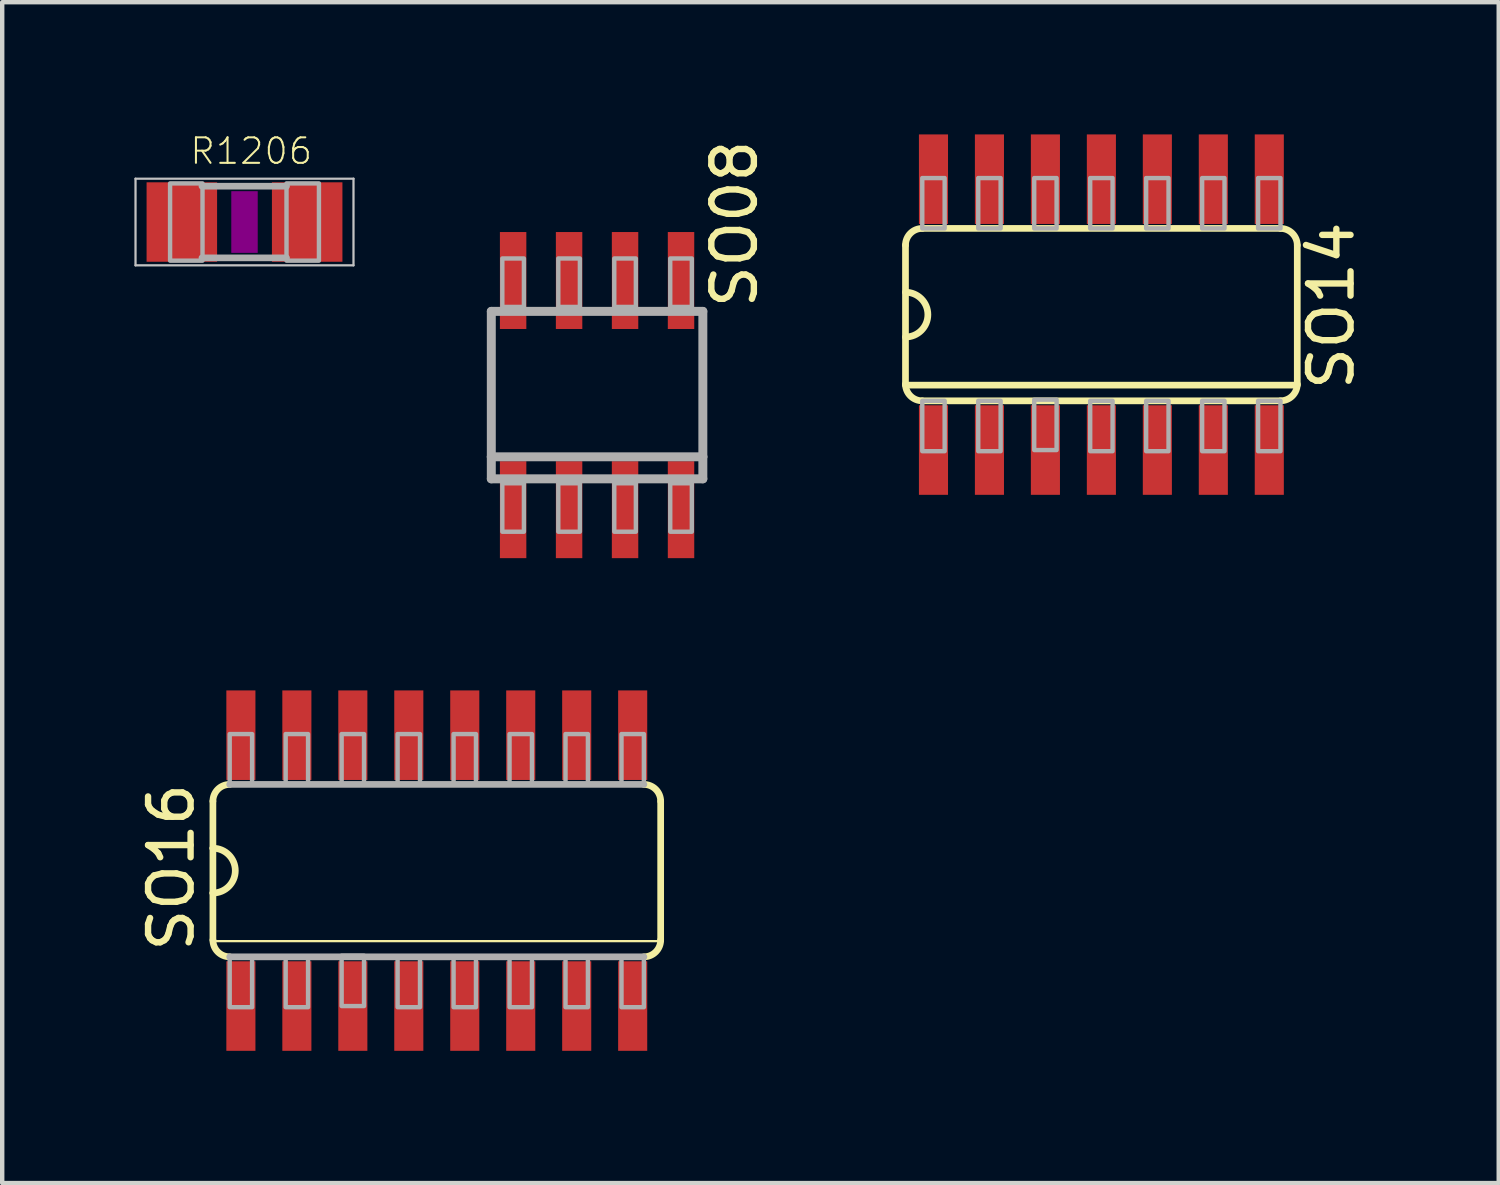
<source format=kicad_pcb>
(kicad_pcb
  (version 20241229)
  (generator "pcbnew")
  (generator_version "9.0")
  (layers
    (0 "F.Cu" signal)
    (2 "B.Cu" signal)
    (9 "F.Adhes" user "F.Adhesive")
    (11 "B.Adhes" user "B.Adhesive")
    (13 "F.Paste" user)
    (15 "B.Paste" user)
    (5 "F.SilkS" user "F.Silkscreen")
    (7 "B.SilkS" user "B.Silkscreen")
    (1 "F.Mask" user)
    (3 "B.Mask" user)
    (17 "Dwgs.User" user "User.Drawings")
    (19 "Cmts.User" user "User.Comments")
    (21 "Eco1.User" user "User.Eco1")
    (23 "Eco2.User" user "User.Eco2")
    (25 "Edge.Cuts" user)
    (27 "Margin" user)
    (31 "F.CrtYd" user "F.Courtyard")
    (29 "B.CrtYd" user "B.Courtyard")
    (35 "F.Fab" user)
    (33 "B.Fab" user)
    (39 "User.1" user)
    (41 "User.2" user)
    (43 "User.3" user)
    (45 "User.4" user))
  (footprint "SO16"
    (layer "F.Cu")
    (at 6.861 16.705)
    (property "Reference" "SO16" (at -5.461 1.905 270) (layer "F.SilkS") (effects (font (size 0.965 0.965) (thickness 0.145)) (justify left bottom)))
    (attr through_hole)
    (fp_line (start -5.08 -1.575) (end -5.08 -0.508) (stroke (width 0.152) (type solid)) (layer "F.SilkS"))
    (fp_line (start -5.08 -0.508) (end -5.08 0.508) (stroke (width 0.152) (type solid)) (layer "F.SilkS"))
    (fp_line (start -5.08 0.508) (end -5.08 1.575) (stroke (width 0.152) (type solid)) (layer "F.SilkS"))
    (fp_line (start -5.08 1.6) (end 5.08 1.6) (stroke (width 0.051) (type solid)) (layer "F.SilkS"))
    (fp_line (start 5.08 1.575) (end 5.08 -1.575) (stroke (width 0.152) (type solid)) (layer "F.SilkS"))
    (fp_arc (start -5.08 -1.5748) (mid -4.968408 -1.844208) (end -4.699 -1.9558) (stroke (width 0.1524) (type solid)) (layer "F.SilkS"))
    (fp_arc (start -5.08 -0.508) (mid -4.572 0) (end -5.08 0.508) (stroke (width 0.1524) (type solid)) (layer "F.SilkS"))
    (fp_arc (start -4.699 1.9558) (mid -4.968408 1.844208) (end -5.08 1.5748) (stroke (width 0.1524) (type solid)) (layer "F.SilkS"))
    (fp_arc (start 4.699 -1.9558) (mid 4.968408 -1.844208) (end 5.08 -1.5748) (stroke (width 0.1524) (type solid)) (layer "F.SilkS"))
    (fp_arc (start 5.08 1.5748) (mid 4.968408 1.844208) (end 4.699 1.9558) (stroke (width 0.1524) (type solid)) (layer "F.SilkS"))
    (fp_line (start -4.699 1.956) (end 4.699 1.956) (stroke (width 0.152) (type solid)) (layer "F.Fab"))
    (fp_line (start 4.699 -1.956) (end -4.699 -1.956) (stroke (width 0.152) (type solid)) (layer "F.Fab"))
    (fp_poly (pts (xy -4.699 -1.956) (xy -4.191 -1.956) (xy -4.191 -3.099) (xy -4.699 -3.099)) (stroke (width 0.1) (type solid)) (fill no) (layer "F.Fab"))
    (fp_poly (pts (xy -4.699 3.099) (xy -4.191 3.099) (xy -4.191 1.956) (xy -4.699 1.956)) (stroke (width 0.1) (type solid)) (fill no) (layer "F.Fab"))
    (fp_poly (pts (xy -3.429 -1.956) (xy -2.921 -1.956) (xy -2.921 -3.099) (xy -3.429 -3.099)) (stroke (width 0.1) (type solid)) (fill no) (layer "F.Fab"))
    (fp_poly (pts (xy -3.429 3.099) (xy -2.921 3.099) (xy -2.921 1.956) (xy -3.429 1.956)) (stroke (width 0.1) (type solid)) (fill no) (layer "F.Fab"))
    (fp_poly (pts (xy -2.159 -1.956) (xy -1.651 -1.956) (xy -1.651 -3.099) (xy -2.159 -3.099)) (stroke (width 0.1) (type solid)) (fill no) (layer "F.Fab"))
    (fp_poly (pts (xy -2.159 3.073) (xy -1.651 3.073) (xy -1.651 1.93) (xy -2.159 1.93)) (stroke (width 0.1) (type solid)) (fill no) (layer "F.Fab"))
    (fp_poly (pts (xy -0.889 -1.956) (xy -0.381 -1.956) (xy -0.381 -3.099) (xy -0.889 -3.099)) (stroke (width 0.1) (type solid)) (fill no) (layer "F.Fab"))
    (fp_poly (pts (xy -0.889 3.099) (xy -0.381 3.099) (xy -0.381 1.956) (xy -0.889 1.956)) (stroke (width 0.1) (type solid)) (fill no) (layer "F.Fab"))
    (fp_poly (pts (xy 0.381 -1.956) (xy 0.889 -1.956) (xy 0.889 -3.099) (xy 0.381 -3.099)) (stroke (width 0.1) (type solid)) (fill no) (layer "F.Fab"))
    (fp_poly (pts (xy 0.381 3.099) (xy 0.889 3.099) (xy 0.889 1.956) (xy 0.381 1.956)) (stroke (width 0.1) (type solid)) (fill no) (layer "F.Fab"))
    (fp_poly (pts (xy 1.651 -1.956) (xy 2.159 -1.956) (xy 2.159 -3.099) (xy 1.651 -3.099)) (stroke (width 0.1) (type solid)) (fill no) (layer "F.Fab"))
    (fp_poly (pts (xy 1.651 3.099) (xy 2.159 3.099) (xy 2.159 1.956) (xy 1.651 1.956)) (stroke (width 0.1) (type solid)) (fill no) (layer "F.Fab"))
    (fp_poly (pts (xy 2.921 -1.956) (xy 3.429 -1.956) (xy 3.429 -3.099) (xy 2.921 -3.099)) (stroke (width 0.1) (type solid)) (fill no) (layer "F.Fab"))
    (fp_poly (pts (xy 2.921 3.099) (xy 3.429 3.099) (xy 3.429 1.956) (xy 2.921 1.956)) (stroke (width 0.1) (type solid)) (fill no) (layer "F.Fab"))
    (fp_poly (pts (xy 4.191 -1.956) (xy 4.699 -1.956) (xy 4.699 -3.099) (xy 4.191 -3.099)) (stroke (width 0.1) (type solid)) (fill no) (layer "F.Fab"))
    (fp_poly (pts (xy 4.191 3.099) (xy 4.699 3.099) (xy 4.699 1.956) (xy 4.191 1.956)) (stroke (width 0.1) (type solid)) (fill no) (layer "F.Fab"))
    (pad "1" smd rect (at -4.445 3.073) (size 0.66 2.032) (layers "F.Cu" "F.Mask" "F.Paste"))
    (pad "2" smd rect (at -3.175 3.073) (size 0.66 2.032) (layers "F.Cu" "F.Mask" "F.Paste"))
    (pad "3" smd rect (at -1.905 3.073) (size 0.66 2.032) (layers "F.Cu" "F.Mask" "F.Paste"))
    (pad "4" smd rect (at -0.635 3.073) (size 0.66 2.032) (layers "F.Cu" "F.Mask" "F.Paste"))
    (pad "5" smd rect (at 0.635 3.073) (size 0.66 2.032) (layers "F.Cu" "F.Mask" "F.Paste"))
    (pad "6" smd rect (at 1.905 3.073) (size 0.66 2.032) (layers "F.Cu" "F.Mask" "F.Paste"))
    (pad "7" smd rect (at 3.175 3.073) (size 0.66 2.032) (layers "F.Cu" "F.Mask" "F.Paste"))
    (pad "8" smd rect (at 4.445 3.073) (size 0.66 2.032) (layers "F.Cu" "F.Mask" "F.Paste"))
    (pad "9" smd rect (at 4.445 -3.073) (size 0.66 2.032) (layers "F.Cu" "F.Mask" "F.Paste"))
    (pad "10" smd rect (at 3.175 -3.073) (size 0.66 2.032) (layers "F.Cu" "F.Mask" "F.Paste"))
    (pad "11" smd rect (at 1.905 -3.073) (size 0.66 2.032) (layers "F.Cu" "F.Mask" "F.Paste"))
    (pad "12" smd rect (at 0.635 -3.073) (size 0.66 2.032) (layers "F.Cu" "F.Mask" "F.Paste"))
    (pad "13" smd rect (at -0.635 -3.073) (size 0.66 2.032) (layers "F.Cu" "F.Mask" "F.Paste"))
    (pad "14" smd rect (at -1.905 -3.073) (size 0.66 2.032) (layers "F.Cu" "F.Mask" "F.Paste"))
    (pad "15" smd rect (at -3.175 -3.073) (size 0.66 2.032) (layers "F.Cu" "F.Mask" "F.Paste"))
    (pad "16" smd rect (at -4.445 -3.073) (size 0.66 2.032) (layers "F.Cu" "F.Mask" "F.Paste")))
  (footprint "SO14"
    (layer "F.Cu")
    (at 21.941 4.089)
    (property "Reference" "SO14" (at 5.779 1.778 90) (layer "F.SilkS") (effects (font (size 0.965 0.965) (thickness 0.145)) (justify left bottom)))
    (attr through_hole)
    (fp_line (start -4.445 -1.575) (end -4.445 1.575) (stroke (width 0.152) (type solid)) (layer "F.SilkS"))
    (fp_line (start -4.445 1.6) (end 4.445 1.6) (stroke (width 0.152) (type solid)) (layer "F.SilkS"))
    (fp_line (start -4.064 1.956) (end 4.064 1.956) (stroke (width 0.152) (type solid)) (layer "F.SilkS"))
    (fp_line (start 4.064 -1.956) (end -4.064 -1.956) (stroke (width 0.152) (type solid)) (layer "F.SilkS"))
    (fp_line (start 4.445 1.575) (end 4.445 -1.575) (stroke (width 0.152) (type solid)) (layer "F.SilkS"))
    (fp_arc (start -4.445 -1.5748) (mid -4.333408 -1.844208) (end -4.064 -1.9558) (stroke (width 0.1524) (type solid)) (layer "F.SilkS"))
    (fp_arc (start -4.445 -0.508) (mid -3.937 0) (end -4.445 0.508) (stroke (width 0.1524) (type solid)) (layer "F.SilkS"))
    (fp_arc (start -4.064 1.9558) (mid -4.333408 1.844208) (end -4.445 1.5748) (stroke (width 0.1524) (type solid)) (layer "F.SilkS"))
    (fp_arc (start 4.064 -1.9558) (mid 4.333408 -1.844208) (end 4.445 -1.5748) (stroke (width 0.1524) (type solid)) (layer "F.SilkS"))
    (fp_arc (start 4.445 1.5748) (mid 4.333408 1.844208) (end 4.064 1.9558) (stroke (width 0.1524) (type solid)) (layer "F.SilkS"))
    (fp_poly (pts (xy -4.064 -1.956) (xy -3.556 -1.956) (xy -3.556 -3.099) (xy -4.064 -3.099)) (stroke (width 0.1) (type solid)) (fill no) (layer "F.Fab"))
    (fp_poly (pts (xy -4.064 3.099) (xy -3.556 3.099) (xy -3.556 1.956) (xy -4.064 1.956)) (stroke (width 0.1) (type solid)) (fill no) (layer "F.Fab"))
    (fp_poly (pts (xy -2.794 -1.956) (xy -2.286 -1.956) (xy -2.286 -3.099) (xy -2.794 -3.099)) (stroke (width 0.1) (type solid)) (fill no) (layer "F.Fab"))
    (fp_poly (pts (xy -2.794 3.099) (xy -2.286 3.099) (xy -2.286 1.956) (xy -2.794 1.956)) (stroke (width 0.1) (type solid)) (fill no) (layer "F.Fab"))
    (fp_poly (pts (xy -1.524 -1.956) (xy -1.016 -1.956) (xy -1.016 -3.099) (xy -1.524 -3.099)) (stroke (width 0.1) (type solid)) (fill no) (layer "F.Fab"))
    (fp_poly (pts (xy -1.524 3.073) (xy -1.016 3.073) (xy -1.016 1.93) (xy -1.524 1.93)) (stroke (width 0.1) (type solid)) (fill no) (layer "F.Fab"))
    (fp_poly (pts (xy -0.254 -1.956) (xy 0.254 -1.956) (xy 0.254 -3.099) (xy -0.254 -3.099)) (stroke (width 0.1) (type solid)) (fill no) (layer "F.Fab"))
    (fp_poly (pts (xy -0.254 3.099) (xy 0.254 3.099) (xy 0.254 1.956) (xy -0.254 1.956)) (stroke (width 0.1) (type solid)) (fill no) (layer "F.Fab"))
    (fp_poly (pts (xy 1.016 -1.956) (xy 1.524 -1.956) (xy 1.524 -3.099) (xy 1.016 -3.099)) (stroke (width 0.1) (type solid)) (fill no) (layer "F.Fab"))
    (fp_poly (pts (xy 1.016 3.099) (xy 1.524 3.099) (xy 1.524 1.956) (xy 1.016 1.956)) (stroke (width 0.1) (type solid)) (fill no) (layer "F.Fab"))
    (fp_poly (pts (xy 2.286 -1.956) (xy 2.794 -1.956) (xy 2.794 -3.099) (xy 2.286 -3.099)) (stroke (width 0.1) (type solid)) (fill no) (layer "F.Fab"))
    (fp_poly (pts (xy 2.286 3.099) (xy 2.794 3.099) (xy 2.794 1.956) (xy 2.286 1.956)) (stroke (width 0.1) (type solid)) (fill no) (layer "F.Fab"))
    (fp_poly (pts (xy 3.556 -1.956) (xy 4.064 -1.956) (xy 4.064 -3.099) (xy 3.556 -3.099)) (stroke (width 0.1) (type solid)) (fill no) (layer "F.Fab"))
    (fp_poly (pts (xy 3.556 3.099) (xy 4.064 3.099) (xy 4.064 1.956) (xy 3.556 1.956)) (stroke (width 0.1) (type solid)) (fill no) (layer "F.Fab"))
    (pad "1" smd rect (at -3.81 3.073) (size 0.66 2.032) (layers "F.Cu" "F.Mask" "F.Paste"))
    (pad "2" smd rect (at -2.54 3.073) (size 0.66 2.032) (layers "F.Cu" "F.Mask" "F.Paste"))
    (pad "3" smd rect (at -1.27 3.073) (size 0.66 2.032) (layers "F.Cu" "F.Mask" "F.Paste"))
    (pad "4" smd rect (at 0 3.073) (size 0.66 2.032) (layers "F.Cu" "F.Mask" "F.Paste"))
    (pad "5" smd rect (at 1.27 3.073) (size 0.66 2.032) (layers "F.Cu" "F.Mask" "F.Paste"))
    (pad "6" smd rect (at 2.54 3.073) (size 0.66 2.032) (layers "F.Cu" "F.Mask" "F.Paste"))
    (pad "7" smd rect (at 3.81 3.073) (size 0.66 2.032) (layers "F.Cu" "F.Mask" "F.Paste"))
    (pad "8" smd rect (at 3.81 -3.073) (size 0.66 2.032) (layers "F.Cu" "F.Mask" "F.Paste"))
    (pad "9" smd rect (at 2.54 -3.073) (size 0.66 2.032) (layers "F.Cu" "F.Mask" "F.Paste"))
    (pad "10" smd rect (at 1.27 -3.073) (size 0.66 2.032) (layers "F.Cu" "F.Mask" "F.Paste"))
    (pad "11" smd rect (at 0 -3.073) (size 0.66 2.032) (layers "F.Cu" "F.Mask" "F.Paste"))
    (pad "12" smd rect (at -1.27 -3.073) (size 0.66 2.032) (layers "F.Cu" "F.Mask" "F.Paste"))
    (pad "13" smd rect (at -2.54 -3.073) (size 0.66 2.032) (layers "F.Cu" "F.Mask" "F.Paste"))
    (pad "14" smd rect (at -3.81 -3.073) (size 0.66 2.032) (layers "F.Cu" "F.Mask" "F.Paste")))
  (footprint "SO08"
    (layer "F.Cu")
    (at 10.498 5.915)
    (property "Reference" "SO08" (at 3.683 -1.905 90) (layer "F.SilkS") (effects (font (size 0.965 0.965) (thickness 0.145)) (justify left bottom)))
    (attr through_hole)
    (fp_line (start -2.4 -1.9) (end 2.4 -1.9) (stroke (width 0.203) (type solid)) (layer "F.Fab"))
    (fp_line (start -2.4 1.4) (end -2.4 -1.9) (stroke (width 0.203) (type solid)) (layer "F.Fab"))
    (fp_line (start -2.4 1.9) (end -2.4 1.4) (stroke (width 0.203) (type solid)) (layer "F.Fab"))
    (fp_line (start 2.4 -1.9) (end 2.4 1.4) (stroke (width 0.203) (type solid)) (layer "F.Fab"))
    (fp_line (start 2.4 1.4) (end -2.4 1.4) (stroke (width 0.203) (type solid)) (layer "F.Fab"))
    (fp_line (start 2.4 1.4) (end 2.4 1.9) (stroke (width 0.203) (type solid)) (layer "F.Fab"))
    (fp_line (start 2.4 1.9) (end -2.4 1.9) (stroke (width 0.203) (type solid)) (layer "F.Fab"))
    (fp_poly (pts (xy -2.15 -2) (xy -1.66 -2) (xy -1.66 -3.1) (xy -2.15 -3.1)) (stroke (width 0.1) (type solid)) (fill no) (layer "F.Fab"))
    (fp_poly (pts (xy -2.15 3.1) (xy -1.66 3.1) (xy -1.66 2) (xy -2.15 2)) (stroke (width 0.1) (type solid)) (fill no) (layer "F.Fab"))
    (fp_poly (pts (xy -0.88 -2) (xy -0.39 -2) (xy -0.39 -3.1) (xy -0.88 -3.1)) (stroke (width 0.1) (type solid)) (fill no) (layer "F.Fab"))
    (fp_poly (pts (xy -0.88 3.1) (xy -0.39 3.1) (xy -0.39 2) (xy -0.88 2)) (stroke (width 0.1) (type solid)) (fill no) (layer "F.Fab"))
    (fp_poly (pts (xy 0.39 -2) (xy 0.88 -2) (xy 0.88 -3.1) (xy 0.39 -3.1)) (stroke (width 0.1) (type solid)) (fill no) (layer "F.Fab"))
    (fp_poly (pts (xy 0.39 3.1) (xy 0.88 3.1) (xy 0.88 2) (xy 0.39 2)) (stroke (width 0.1) (type solid)) (fill no) (layer "F.Fab"))
    (fp_poly (pts (xy 1.66 -2) (xy 2.15 -2) (xy 2.15 -3.1) (xy 1.66 -3.1)) (stroke (width 0.1) (type solid)) (fill no) (layer "F.Fab"))
    (fp_poly (pts (xy 1.66 3.1) (xy 2.15 3.1) (xy 2.15 2) (xy 1.66 2)) (stroke (width 0.1) (type solid)) (fill no) (layer "F.Fab"))
    (pad "1" smd rect (at -1.905 2.6) (size 0.6 2.2) (layers "F.Cu" "F.Mask" "F.Paste"))
    (pad "2" smd rect (at -0.635 2.6) (size 0.6 2.2) (layers "F.Cu" "F.Mask" "F.Paste"))
    (pad "3" smd rect (at 0.635 2.6) (size 0.6 2.2) (layers "F.Cu" "F.Mask" "F.Paste"))
    (pad "4" smd rect (at 1.905 2.6) (size 0.6 2.2) (layers "F.Cu" "F.Mask" "F.Paste"))
    (pad "5" smd rect (at 1.905 -2.6) (size 0.6 2.2) (layers "F.Cu" "F.Mask" "F.Paste"))
    (pad "6" smd rect (at 0.635 -2.6) (size 0.6 2.2) (layers "F.Cu" "F.Mask" "F.Paste"))
    (pad "7" smd rect (at -0.635 -2.6) (size 0.6 2.2) (layers "F.Cu" "F.Mask" "F.Paste"))
    (pad "8" smd rect (at -1.905 -2.6) (size 0.6 2.2) (layers "F.Cu" "F.Mask" "F.Paste")))
  (footprint "R1206"
    (layer "F.Cu")
    (at 2.498 1.988)
    (property "Reference" "R1206" (at -1.27 -1.27 0) (layer "F.SilkS") (effects (font (size 0.579 0.579) (thickness 0.046)) (justify left bottom)))
    (attr through_hole)
    (fp_poly (pts (xy -0.3 0.7) (xy 0.3 0.7) (xy 0.3 -0.7) (xy -0.3 -0.7)) (stroke (width 0) (type solid)) (fill yes) (layer "F.Adhes"))
    (fp_line (start -2.473 -0.983) (end 2.473 -0.983) (stroke (width 0.051) (type solid)) (layer "Dwgs.User"))
    (fp_line (start -2.473 0.983) (end -2.473 -0.983) (stroke (width 0.051) (type solid)) (layer "Dwgs.User"))
    (fp_line (start 2.473 -0.983) (end 2.473 0.983) (stroke (width 0.051) (type solid)) (layer "Dwgs.User"))
    (fp_line (start 2.473 0.983) (end -2.473 0.983) (stroke (width 0.051) (type solid)) (layer "Dwgs.User"))
    (fp_line (start 0.953 -0.813) (end -0.965 -0.813) (stroke (width 0.152) (type solid)) (layer "F.Fab"))
    (fp_line (start 0.953 0.813) (end -0.965 0.813) (stroke (width 0.152) (type solid)) (layer "F.Fab"))
    (fp_poly (pts (xy -1.689 0.876) (xy -0.953 0.876) (xy -0.953 -0.876) (xy -1.689 -0.876)) (stroke (width 0.1) (type solid)) (fill no) (layer "F.Fab"))
    (fp_poly (pts (xy 0.953 0.876) (xy 1.689 0.876) (xy 1.689 -0.876) (xy 0.953 -0.876)) (stroke (width 0.1) (type solid)) (fill no) (layer "F.Fab"))
    (pad "1" smd rect (at -1.422 0) (size 1.6 1.803) (layers "F.Cu" "F.Mask" "F.Paste"))
    (pad "2" smd rect (at 1.422 0) (size 1.6 1.803) (layers "F.Cu" "F.Mask" "F.Paste")))
  (gr_rect
    (start -3 -3)
    (end 30.957 23.794)
    (stroke (width 0.1) (type default))
    (fill no)
    (layer "Edge.Cuts")))
</source>
